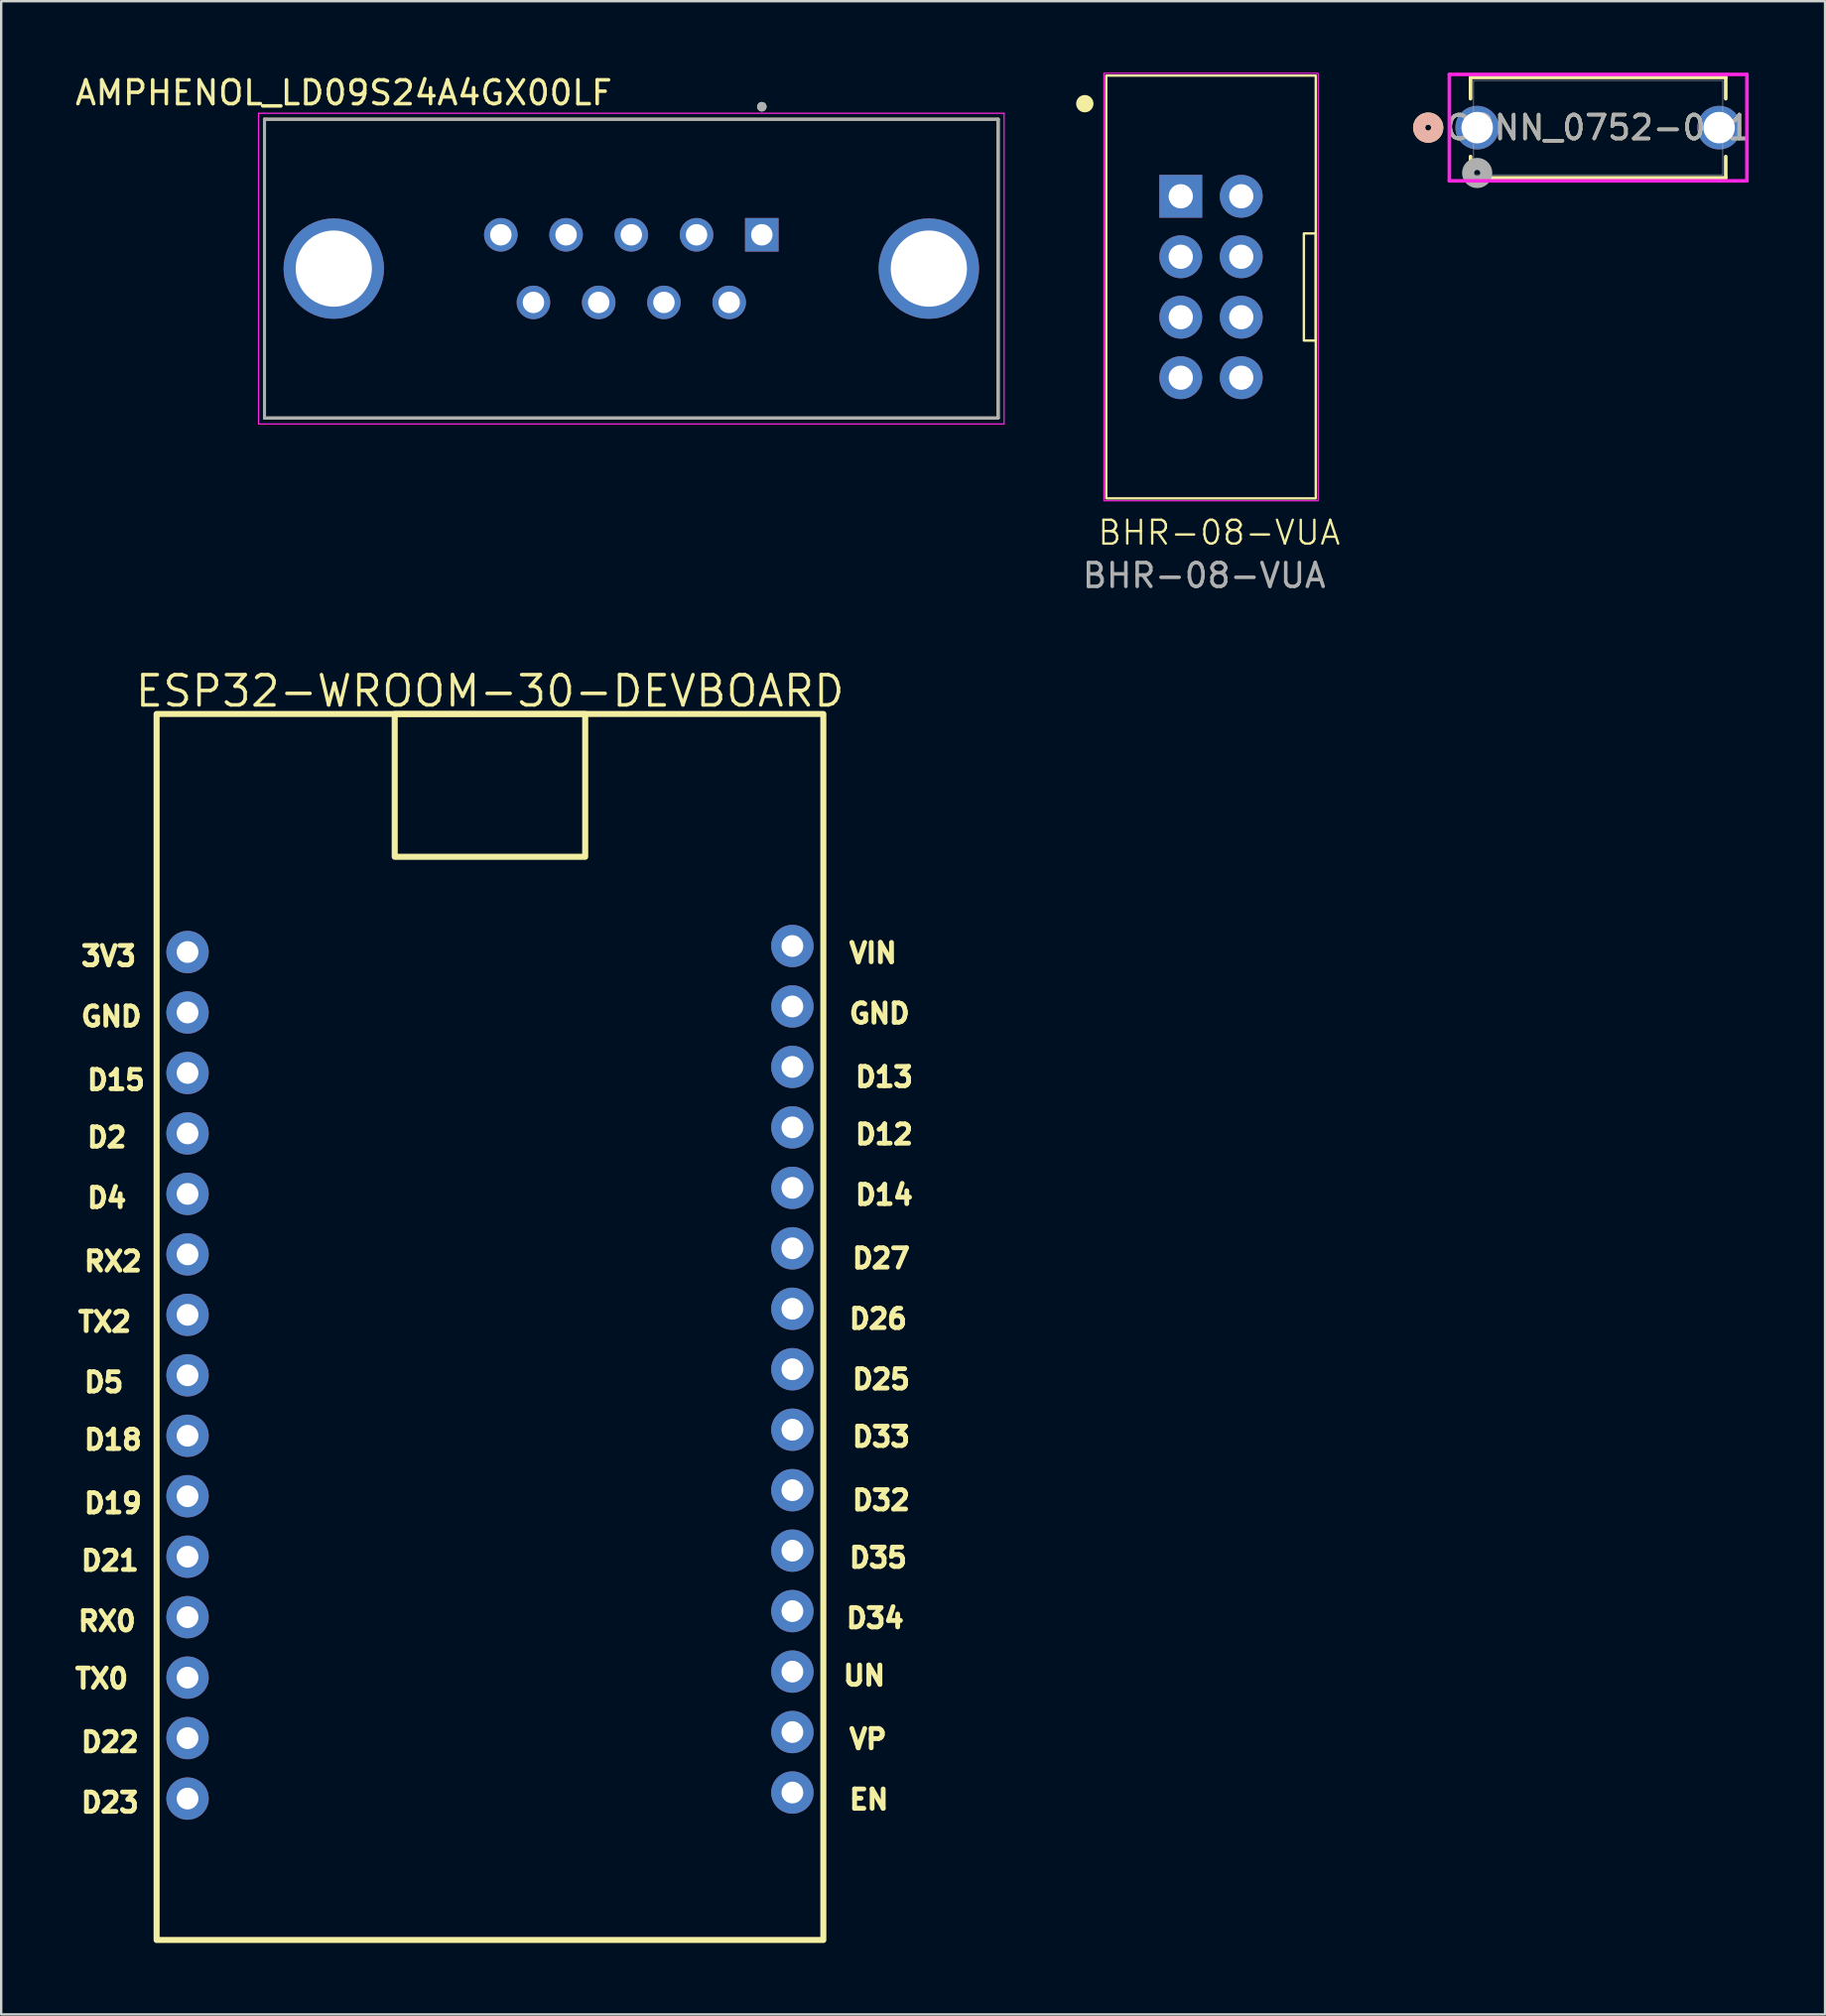
<source format=kicad_pcb>
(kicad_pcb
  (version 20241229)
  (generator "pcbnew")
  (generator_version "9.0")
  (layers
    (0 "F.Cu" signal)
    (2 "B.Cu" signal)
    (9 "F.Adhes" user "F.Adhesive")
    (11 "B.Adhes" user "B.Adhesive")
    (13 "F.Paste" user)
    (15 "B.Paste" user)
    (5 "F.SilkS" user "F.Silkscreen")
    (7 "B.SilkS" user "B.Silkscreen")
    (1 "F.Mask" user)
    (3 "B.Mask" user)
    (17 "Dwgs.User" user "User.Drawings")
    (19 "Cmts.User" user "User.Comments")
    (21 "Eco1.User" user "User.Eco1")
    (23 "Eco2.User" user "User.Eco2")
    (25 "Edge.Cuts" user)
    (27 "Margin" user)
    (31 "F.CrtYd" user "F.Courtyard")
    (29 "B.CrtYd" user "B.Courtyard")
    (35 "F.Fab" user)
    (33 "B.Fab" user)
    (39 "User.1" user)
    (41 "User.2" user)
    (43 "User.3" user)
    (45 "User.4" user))
  (footprint "CONN_0752-001"
    (layer "F.Cu")
    (at 58.984 2.311)
    (property "Reference" "CONN_0752-001" (at 5.08 0 0) (unlocked yes) (layer "F.SilkS") (effects (font (size 1 1) (thickness 0.15))))
    (attr through_hole)
    (fp_line (start -0.279 -2.108) (end -0.279 -1.215) (stroke (width 0.152) (type solid)) (layer "F.SilkS"))
    (fp_line (start -0.279 1.215) (end -0.279 2.108) (stroke (width 0.152) (type solid)) (layer "F.SilkS"))
    (fp_line (start -0.279 2.108) (end 10.439 2.108) (stroke (width 0.152) (type solid)) (layer "F.SilkS"))
    (fp_line (start 10.439 -2.108) (end -0.279 -2.108) (stroke (width 0.152) (type solid)) (layer "F.SilkS"))
    (fp_line (start 10.439 -1.215) (end 10.439 -2.108) (stroke (width 0.152) (type solid)) (layer "F.SilkS"))
    (fp_line (start 10.439 2.108) (end 10.439 1.215) (stroke (width 0.152) (type solid)) (layer "F.SilkS"))
    (fp_circle (center -2.057 0) (end -1.676 0) (stroke (width 0.508) (type solid)) (fill no) (layer "F.SilkS"))
    (fp_circle (center -2.057 0) (end -1.676 0) (stroke (width 0.508) (type solid)) (fill no) (layer "B.SilkS"))
    (fp_line (start -1.168 -2.235) (end -1.168 2.235) (stroke (width 0.152) (type solid)) (layer "F.CrtYd"))
    (fp_line (start -1.168 2.235) (end 11.328 2.235) (stroke (width 0.152) (type solid)) (layer "F.CrtYd"))
    (fp_line (start 11.328 -2.235) (end -1.168 -2.235) (stroke (width 0.152) (type solid)) (layer "F.CrtYd"))
    (fp_line (start 11.328 2.235) (end 11.328 -2.235) (stroke (width 0.152) (type solid)) (layer "F.CrtYd"))
    (fp_line (start -0.152 -1.981) (end -0.152 1.981) (stroke (width 0.025) (type solid)) (layer "F.Fab"))
    (fp_line (start -0.152 1.981) (end 10.312 1.981) (stroke (width 0.025) (type solid)) (layer "F.Fab"))
    (fp_line (start 10.312 -1.981) (end -0.152 -1.981) (stroke (width 0.025) (type solid)) (layer "F.Fab"))
    (fp_line (start 10.312 1.981) (end 10.312 -1.981) (stroke (width 0.025) (type solid)) (layer "F.Fab"))
    (fp_circle (center 0 1.905) (end 0.381 1.905) (stroke (width 0.508) (type solid)) (fill no) (layer "F.Fab"))
    (fp_text user "${REFERENCE}" (at 5.08 0 0) (unlocked yes) (layer "F.Fab") (effects (font (size 1 1) (thickness 0.15))))
    (pad "1" thru_hole circle (at 0 0) (size 1.829 1.829) (drill 1.321) (layers "*.Cu" "*.Mask"))
    (pad "2" thru_hole circle (at 10.16 0) (size 1.829 1.829) (drill 1.321) (layers "*.Cu" "*.Mask")))
  (footprint "AMPHENOL_LD09S24A4GX00LF"
    (layer "F.Cu")
    (at 23.462 8.233)
    (property "Reference" "AMPHENOL_LD09S24A4GX00LF" (at -12.075 -7.385 0) (layer "F.SilkS") (effects (font (size 1 1) (thickness 0.15))))
    (attr through_hole)
    (fp_line (start -15.405 -6.275) (end 15.405 -6.275) (stroke (width 0.127) (type solid)) (layer "F.SilkS"))
    (fp_line (start -15.405 6.275) (end -15.405 -6.275) (stroke (width 0.127) (type solid)) (layer "F.SilkS"))
    (fp_line (start 15.405 -6.275) (end 15.405 6.275) (stroke (width 0.127) (type solid)) (layer "F.SilkS"))
    (fp_line (start 15.405 6.275) (end -15.405 6.275) (stroke (width 0.127) (type solid)) (layer "F.SilkS"))
    (fp_circle (center 5.48 -6.8) (end 5.58 -6.8) (stroke (width 0.2) (type solid)) (fill no) (layer "F.SilkS"))
    (fp_line (start -15.655 -6.525) (end -15.655 6.525) (stroke (width 0.05) (type solid)) (layer "F.CrtYd"))
    (fp_line (start -15.655 6.525) (end 15.655 6.525) (stroke (width 0.05) (type solid)) (layer "F.CrtYd"))
    (fp_line (start 15.655 -6.525) (end -15.655 -6.525) (stroke (width 0.05) (type solid)) (layer "F.CrtYd"))
    (fp_line (start 15.655 6.525) (end 15.655 -6.525) (stroke (width 0.05) (type solid)) (layer "F.CrtYd"))
    (fp_line (start -15.405 -6.275) (end 15.405 -6.275) (stroke (width 0.127) (type solid)) (layer "F.Fab"))
    (fp_line (start -15.405 6.275) (end -15.405 -6.275) (stroke (width 0.127) (type solid)) (layer "F.Fab"))
    (fp_line (start 15.405 -6.275) (end 15.405 6.275) (stroke (width 0.127) (type solid)) (layer "F.Fab"))
    (fp_line (start 15.405 6.275) (end -15.405 6.275) (stroke (width 0.127) (type solid)) (layer "F.Fab"))
    (fp_circle (center 5.48 -6.8) (end 5.58 -6.8) (stroke (width 0.2) (type solid)) (fill no) (layer "F.Fab"))
    (pad "1" thru_hole rect (at 5.48 -1.42) (size 1.408 1.408) (drill 0.9) (layers "*.Cu" "*.Mask"))
    (pad "2" thru_hole circle (at 2.74 -1.42) (size 1.408 1.408) (drill 0.9) (layers "*.Cu" "*.Mask"))
    (pad "3" thru_hole circle (at 0 -1.42) (size 1.408 1.408) (drill 0.9) (layers "*.Cu" "*.Mask"))
    (pad "4" thru_hole circle (at -2.74 -1.42) (size 1.408 1.408) (drill 0.9) (layers "*.Cu" "*.Mask"))
    (pad "5" thru_hole circle (at -5.48 -1.42) (size 1.408 1.408) (drill 0.9) (layers "*.Cu" "*.Mask"))
    (pad "6" thru_hole circle (at 4.11 1.42) (size 1.408 1.408) (drill 0.9) (layers "*.Cu" "*.Mask"))
    (pad "7" thru_hole circle (at 1.37 1.42) (size 1.408 1.408) (drill 0.9) (layers "*.Cu" "*.Mask"))
    (pad "8" thru_hole circle (at -1.37 1.42) (size 1.408 1.408) (drill 0.9) (layers "*.Cu" "*.Mask"))
    (pad "9" thru_hole circle (at -4.11 1.42) (size 1.408 1.408) (drill 0.9) (layers "*.Cu" "*.Mask"))
    (pad "SH1" thru_hole circle (at -12.495 0) (size 4.216 4.216) (drill 3.2) (layers "*.Cu" "*.Mask"))
    (pad "SH2" thru_hole circle (at 12.495 0) (size 4.216 4.216) (drill 3.2) (layers "*.Cu" "*.Mask")))
  (footprint "ESP32-WROOM-30-DEVBOARD"
    (layer "F.Cu")
    (at 4.826 36.941)
    (property "Reference" "ESP32-WROOM-30-DEVBOARD" (at 12.7 -10.962 0) (layer "F.SilkS") (effects (font (size 1.27 1.27) (thickness 0.15))))
    (fp_rect (start -1.3 -10) (end 26.7 41.5) (stroke (width 0.254) (type default)) (fill no) (layer "F.SilkS"))
    (fp_rect (start 8.7 -10) (end 16.7 -4) (stroke (width 0.254) (type default)) (fill no) (layer "F.SilkS"))
    (fp_text user "D18" (at -4.445 20.015 0) (unlocked yes) (layer "F.SilkS") (effects (font (size 0.813 0.813) (thickness 0.203)) (justify left top)))
    (fp_text user "VIN" (at 27.686 -0.432 0) (unlocked yes) (layer "F.SilkS") (effects (font (size 0.813 0.813) (thickness 0.203)) (justify left top)))
    (fp_text user "3V3" (at -4.572 -0.305 0) (unlocked yes) (layer "F.SilkS") (effects (font (size 0.813 0.813) (thickness 0.203)) (justify left top)))
    (fp_text user "D12" (at 27.94 7.188 0) (unlocked yes) (layer "F.SilkS") (effects (font (size 0.813 0.813) (thickness 0.203)) (justify left top)))
    (fp_text user "D15" (at -4.318 4.902 0) (unlocked yes) (layer "F.SilkS") (effects (font (size 0.813 0.813) (thickness 0.203)) (justify left top)))
    (fp_text user "D32" (at 27.813 22.555 0) (unlocked yes) (layer "F.SilkS") (effects (font (size 0.813 0.813) (thickness 0.203)) (justify left top)))
    (fp_text user "UN" (at 27.432 29.921 0) (unlocked yes) (layer "F.SilkS") (effects (font (size 0.813 0.813) (thickness 0.203)) (justify left top)))
    (fp_text user "D19" (at -4.445 22.682 0) (unlocked yes) (layer "F.SilkS") (effects (font (size 0.813 0.813) (thickness 0.203)) (justify left top)))
    (fp_text user "D22" (at -4.572 32.715 0) (unlocked yes) (layer "F.SilkS") (effects (font (size 0.813 0.813) (thickness 0.203)) (justify left top)))
    (fp_text user "D26" (at 27.686 14.935 0) (unlocked yes) (layer "F.SilkS") (effects (font (size 0.813 0.813) (thickness 0.203)) (justify left top)))
    (fp_text user "D14" (at 27.94 9.728 0) (unlocked yes) (layer "F.SilkS") (effects (font (size 0.813 0.813) (thickness 0.203)) (justify left top)))
    (fp_text user "RX2" (at -4.445 12.522 0) (unlocked yes) (layer "F.SilkS") (effects (font (size 0.813 0.813) (thickness 0.203)) (justify left top)))
    (fp_text user "VP" (at 27.686 32.588 0) (unlocked yes) (layer "F.SilkS") (effects (font (size 0.813 0.813) (thickness 0.203)) (justify left top)))
    (fp_text user "GND" (at -4.572 2.235 0) (unlocked yes) (layer "F.SilkS") (effects (font (size 0.813 0.813) (thickness 0.203)) (justify left top)))
    (fp_text user "RX0" (at -4.699 27.635 0) (unlocked yes) (layer "F.SilkS") (effects (font (size 0.813 0.813) (thickness 0.203)) (justify left top)))
    (fp_text user "D23" (at -4.572 35.255 0) (unlocked yes) (layer "F.SilkS") (effects (font (size 0.813 0.813) (thickness 0.203)) (justify left top)))
    (fp_text user "D27" (at 27.813 12.395 0) (unlocked yes) (layer "F.SilkS") (effects (font (size 0.813 0.813) (thickness 0.203)) (justify left top)))
    (fp_text user "D5" (at -4.445 17.602 0) (unlocked yes) (layer "F.SilkS") (effects (font (size 0.813 0.813) (thickness 0.203)) (justify left top)))
    (fp_text user "D4" (at -4.318 9.855 0) (unlocked yes) (layer "F.SilkS") (effects (font (size 0.813 0.813) (thickness 0.203)) (justify left top)))
    (fp_text user "D35" (at 27.686 24.968 0) (unlocked yes) (layer "F.SilkS") (effects (font (size 0.813 0.813) (thickness 0.203)) (justify left top)))
    (fp_text user "D21" (at -4.572 25.095 0) (unlocked yes) (layer "F.SilkS") (effects (font (size 0.813 0.813) (thickness 0.203)) (justify left top)))
    (fp_text user "GND" (at 27.686 2.108 0) (unlocked yes) (layer "F.SilkS") (effects (font (size 0.813 0.813) (thickness 0.203)) (justify left top)))
    (fp_text user "TX2" (at -4.699 15.062 0) (unlocked yes) (layer "F.SilkS") (effects (font (size 0.813 0.813) (thickness 0.203)) (justify left top)))
    (fp_text user "D13" (at 27.94 4.775 0) (unlocked yes) (layer "F.SilkS") (effects (font (size 0.813 0.813) (thickness 0.203)) (justify left top)))
    (fp_text user "TX0" (at -4.826 30.048 0) (unlocked yes) (layer "F.SilkS") (effects (font (size 0.813 0.813) (thickness 0.203)) (justify left top)))
    (fp_text user "D34" (at 27.559 27.508 0) (unlocked yes) (layer "F.SilkS") (effects (font (size 0.813 0.813) (thickness 0.203)) (justify left top)))
    (fp_text user "D25" (at 27.813 17.475 0) (unlocked yes) (layer "F.SilkS") (effects (font (size 0.813 0.813) (thickness 0.203)) (justify left top)))
    (fp_text user "EN" (at 27.686 35.128 0) (unlocked yes) (layer "F.SilkS") (effects (font (size 0.813 0.813) (thickness 0.203)) (justify left top)))
    (fp_text user "D33" (at 27.813 19.888 0) (unlocked yes) (layer "F.SilkS") (effects (font (size 0.813 0.813) (thickness 0.203)) (justify left top)))
    (fp_text user "D2" (at -4.318 7.315 0) (unlocked yes) (layer "F.SilkS") (effects (font (size 0.813 0.813) (thickness 0.203)) (justify left top)))
    (pad "1" thru_hole oval (at 0 0 270) (size 1.778 1.778) (drill 0.914) (layers "*.Cu" "*.Mask"))
    (pad "2" thru_hole oval (at 0 2.54 270) (size 1.778 1.778) (drill 0.914) (layers "*.Cu" "*.Mask"))
    (pad "3" thru_hole oval (at 0 5.08 270) (size 1.778 1.778) (drill 0.914) (layers "*.Cu" "*.Mask"))
    (pad "4" thru_hole oval (at 0 7.62 270) (size 1.778 1.778) (drill 0.914) (layers "*.Cu" "*.Mask"))
    (pad "5" thru_hole oval (at 0 10.16 270) (size 1.778 1.778) (drill 0.914) (layers "*.Cu" "*.Mask"))
    (pad "6" thru_hole oval (at 0 12.7 270) (size 1.778 1.778) (drill 0.914) (layers "*.Cu" "*.Mask"))
    (pad "7" thru_hole oval (at 0 15.24 270) (size 1.778 1.778) (drill 0.914) (layers "*.Cu" "*.Mask"))
    (pad "8" thru_hole oval (at 0 17.78 270) (size 1.778 1.778) (drill 0.914) (layers "*.Cu" "*.Mask"))
    (pad "9" thru_hole oval (at 0 20.32 270) (size 1.778 1.778) (drill 0.914) (layers "*.Cu" "*.Mask"))
    (pad "10" thru_hole oval (at 0 22.86 270) (size 1.778 1.778) (drill 0.914) (layers "*.Cu" "*.Mask"))
    (pad "11" thru_hole oval (at 0 25.4 270) (size 1.778 1.778) (drill 0.914) (layers "*.Cu" "*.Mask"))
    (pad "12" thru_hole oval (at 0 27.94 270) (size 1.778 1.778) (drill 0.914) (layers "*.Cu" "*.Mask"))
    (pad "13" thru_hole oval (at 0 30.48 270) (size 1.778 1.778) (drill 0.914) (layers "*.Cu" "*.Mask"))
    (pad "14" thru_hole oval (at 0 33.02 270) (size 1.778 1.778) (drill 0.914) (layers "*.Cu" "*.Mask"))
    (pad "15" thru_hole oval (at 0 35.56 270) (size 1.778 1.778) (drill 0.914) (layers "*.Cu" "*.Mask"))
    (pad "16" thru_hole oval (at 25.4 35.306 270) (size 1.778 1.778) (drill 0.914) (layers "*.Cu" "*.Mask"))
    (pad "17" thru_hole oval (at 25.4 32.766 270) (size 1.778 1.778) (drill 0.914) (layers "*.Cu" "*.Mask"))
    (pad "18" thru_hole oval (at 25.4 30.226 270) (size 1.778 1.778) (drill 0.914) (layers "*.Cu" "*.Mask"))
    (pad "19" thru_hole oval (at 25.4 27.686 270) (size 1.778 1.778) (drill 0.914) (layers "*.Cu" "*.Mask"))
    (pad "20" thru_hole oval (at 25.4 25.146 270) (size 1.778 1.778) (drill 0.914) (layers "*.Cu" "*.Mask"))
    (pad "21" thru_hole oval (at 25.4 22.606 270) (size 1.778 1.778) (drill 0.914) (layers "*.Cu" "*.Mask"))
    (pad "22" thru_hole oval (at 25.4 20.066 270) (size 1.778 1.778) (drill 0.914) (layers "*.Cu" "*.Mask"))
    (pad "23" thru_hole oval (at 25.4 17.526 270) (size 1.778 1.778) (drill 0.914) (layers "*.Cu" "*.Mask"))
    (pad "24" thru_hole oval (at 25.4 14.986 270) (size 1.778 1.778) (drill 0.914) (layers "*.Cu" "*.Mask"))
    (pad "25" thru_hole oval (at 25.4 12.446 270) (size 1.778 1.778) (drill 0.914) (layers "*.Cu" "*.Mask"))
    (pad "26" thru_hole oval (at 25.4 9.906 270) (size 1.778 1.778) (drill 0.914) (layers "*.Cu" "*.Mask"))
    (pad "27" thru_hole oval (at 25.4 7.366 270) (size 1.778 1.778) (drill 0.914) (layers "*.Cu" "*.Mask"))
    (pad "28" thru_hole oval (at 25.4 4.826 270) (size 1.778 1.778) (drill 0.914) (layers "*.Cu" "*.Mask"))
    (pad "29" thru_hole oval (at 25.4 2.286 270) (size 1.778 1.778) (drill 0.914) (layers "*.Cu" "*.Mask"))
    (pad "30" thru_hole oval (at 25.4 -0.254 270) (size 1.778 1.778) (drill 0.914) (layers "*.Cu" "*.Mask")))
  (footprint "BHR-08-VUA"
    (layer "F.Cu")
    (at 47.806 9.005)
    (property "Reference" "BHR-08-VUA" (at 0.34 10.32 0) (unlocked yes) (layer "F.SilkS") (effects (font (size 1 1) (thickness 0.1))))
    (attr through_hole)
    (fp_rect (start -4.4 -8.88) (end 4.4 8.88) (stroke (width 0.1) (type default)) (fill no) (layer "F.SilkS"))
    (fp_rect (start 4.4 -2.25) (end 3.9 2.25) (stroke (width 0.1) (type default)) (fill no) (layer "F.SilkS"))
    (fp_circle (center -5.3 -7.7) (end -4.936 -7.7) (stroke (width 0) (type solid)) (fill yes) (layer "F.SilkS"))
    (fp_rect (start -4.5 -8.98) (end 4.5 8.98) (stroke (width 0.05) (type default)) (fill no) (layer "F.CrtYd"))
    (fp_text user "${REFERENCE}" (at -0.29 12.12 0) (unlocked yes) (layer "F.Fab") (effects (font (size 1 1) (thickness 0.15))))
    (pad "1" thru_hole rect (at -1.27 -3.81) (size 1.8 1.8) (drill 1.02) (layers "*.Cu" "*.Mask"))
    (pad "2" thru_hole circle (at 1.27 -3.81) (size 1.8 1.8) (drill 1.02) (layers "*.Cu" "*.Mask"))
    (pad "3" thru_hole circle (at -1.27 -1.27) (size 1.8 1.8) (drill 1.02) (layers "*.Cu" "*.Mask"))
    (pad "4" thru_hole circle (at 1.27 -1.27) (size 1.8 1.8) (drill 1.02) (layers "*.Cu" "*.Mask"))
    (pad "5" thru_hole circle (at -1.27 1.27) (size 1.8 1.8) (drill 1.02) (layers "*.Cu" "*.Mask"))
    (pad "6" thru_hole circle (at 1.27 1.27) (size 1.8 1.8) (drill 1.02) (layers "*.Cu" "*.Mask"))
    (pad "7" thru_hole circle (at -1.27 3.81) (size 1.8 1.8) (drill 1.02) (layers "*.Cu" "*.Mask"))
    (pad "8" thru_hole circle (at 1.27 3.81) (size 1.8 1.8) (drill 1.02) (layers "*.Cu" "*.Mask")))
  (gr_rect
    (start -3 -3)
    (end 73.593 81.568)
    (stroke (width 0.1) (type default))
    (fill no)
    (layer "Edge.Cuts")))
</source>
